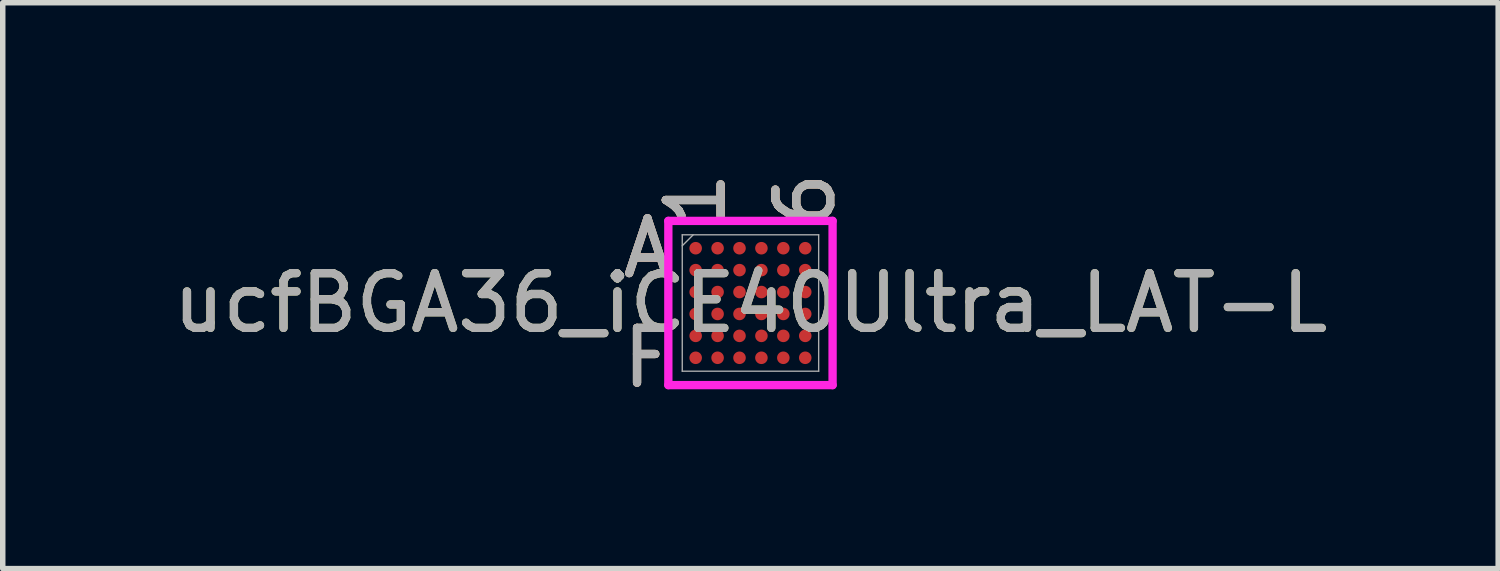
<source format=kicad_pcb>
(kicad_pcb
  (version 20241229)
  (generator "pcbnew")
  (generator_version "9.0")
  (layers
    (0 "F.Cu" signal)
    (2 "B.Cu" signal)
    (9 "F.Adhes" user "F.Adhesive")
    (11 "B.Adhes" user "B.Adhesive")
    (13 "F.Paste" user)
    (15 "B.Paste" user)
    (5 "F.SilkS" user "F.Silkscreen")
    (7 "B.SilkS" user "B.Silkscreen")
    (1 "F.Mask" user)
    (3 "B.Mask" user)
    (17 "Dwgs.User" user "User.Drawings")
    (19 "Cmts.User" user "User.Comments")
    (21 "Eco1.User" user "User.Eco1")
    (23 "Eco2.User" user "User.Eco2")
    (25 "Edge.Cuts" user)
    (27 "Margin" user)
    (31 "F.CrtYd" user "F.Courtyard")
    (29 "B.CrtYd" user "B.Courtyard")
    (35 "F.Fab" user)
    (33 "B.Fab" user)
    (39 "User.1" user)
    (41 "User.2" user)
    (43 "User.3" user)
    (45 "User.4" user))
  (footprint "ucfBGA36_iCE40Ultra_LAT-L"
    (layer "F.Cu")
    (at 10.649 2.481)
    (property "Reference" "ucfBGA36_iCE40Ultra_LAT-L" (at 0 0 0) (unlocked yes) (layer "F.SilkS") (effects (font (size 1 1) (thickness 0.15))))
    (attr smd)
    (fp_poly (pts (xy -1.645 -1.645) (xy 1.645 -1.645) (xy 1.645 1.645) (xy -1.645 1.645)) (stroke (width 0.1) (type solid)) (fill no) (layer "Eco2.User"))
    (fp_line (start -1.499 -1.499) (end 1.499 -1.499) (stroke (width 0.152) (type solid)) (layer "F.CrtYd"))
    (fp_line (start -1.499 1.499) (end -1.499 -1.499) (stroke (width 0.152) (type solid)) (layer "F.CrtYd"))
    (fp_line (start 1.499 -1.499) (end 1.499 1.499) (stroke (width 0.152) (type solid)) (layer "F.CrtYd"))
    (fp_line (start 1.499 1.499) (end -1.499 1.499) (stroke (width 0.152) (type solid)) (layer "F.CrtYd"))
    (fp_line (start -1.245 -1.245) (end -1.245 1.245) (stroke (width 0.025) (type solid)) (layer "F.Fab"))
    (fp_line (start -1.245 1.245) (end 1.245 1.245) (stroke (width 0.025) (type solid)) (layer "F.Fab"))
    (fp_line (start -1.045 -1.245) (end -1.245 -1.045) (stroke (width 0.025) (type solid)) (layer "F.Fab"))
    (fp_line (start 1.245 -1.245) (end -1.245 -1.245) (stroke (width 0.025) (type solid)) (layer "F.Fab"))
    (fp_line (start 1.245 1.245) (end 1.245 -1.245) (stroke (width 0.025) (type solid)) (layer "F.Fab"))
    (fp_text user "6" (at 1 -1.88 90) (unlocked yes) (layer "F.SilkS") (effects (font (size 1 1) (thickness 0.15))))
    (fp_text user "A" (at -1.88 -1 0) (unlocked yes) (layer "F.SilkS") (effects (font (size 1 1) (thickness 0.15))))
    (fp_text user "F" (at -1.88 1 0) (unlocked yes) (layer "F.SilkS") (effects (font (size 1 1) (thickness 0.15))))
    (fp_text user "1" (at -1 -1.88 90) (unlocked yes) (layer "F.SilkS") (effects (font (size 1 1) (thickness 0.15))))
    (fp_text user "A" (at -1.88 -1 0) (unlocked yes) (layer "B.SilkS") (effects (font (size 1 1) (thickness 0.15))))
    (fp_text user "F" (at -1.88 1 0) (unlocked yes) (layer "B.SilkS") (effects (font (size 1 1) (thickness 0.15))))
    (fp_text user "1" (at -1 -1.88 90) (unlocked yes) (layer "B.SilkS") (effects (font (size 1 1) (thickness 0.15))))
    (fp_text user "6" (at 1 -1.88 90) (unlocked yes) (layer "B.SilkS") (effects (font (size 1 1) (thickness 0.15))))
    (fp_text user "${REFERENCE}" (at 0 0 0) (unlocked yes) (layer "F.Fab") (effects (font (size 1 1) (thickness 0.15))))
    (fp_text user "1" (at -1 -1.88 90) (unlocked yes) (layer "F.Fab") (effects (font (size 1 1) (thickness 0.15))))
    (fp_text user "A" (at -1.88 -1 0) (unlocked yes) (layer "F.Fab") (effects (font (size 1 1) (thickness 0.15))))
    (fp_text user "F" (at -1.88 1 0) (unlocked yes) (layer "F.Fab") (effects (font (size 1 1) (thickness 0.15))))
    (fp_text user "6" (at 1 -1.88 90) (unlocked yes) (layer "F.Fab") (effects (font (size 1 1) (thickness 0.15))))
    (pad "A1" smd circle (at -1 -1) (size 0.229 0.229) (layers "F.Cu" "F.Mask" "F.Paste"))
    (pad "A2" smd circle (at -0.6 -1) (size 0.229 0.229) (layers "F.Cu" "F.Mask" "F.Paste"))
    (pad "A3" smd circle (at -0.2 -1) (size 0.229 0.229) (layers "F.Cu" "F.Mask" "F.Paste"))
    (pad "A4" smd circle (at 0.2 -1) (size 0.229 0.229) (layers "F.Cu" "F.Mask" "F.Paste"))
    (pad "A5" smd circle (at 0.6 -1) (size 0.229 0.229) (layers "F.Cu" "F.Mask" "F.Paste"))
    (pad "A6" smd circle (at 1 -1) (size 0.229 0.229) (layers "F.Cu" "F.Mask" "F.Paste"))
    (pad "B1" smd circle (at -1 -0.6) (size 0.229 0.229) (layers "F.Cu" "F.Mask" "F.Paste"))
    (pad "B2" smd circle (at -0.6 -0.6) (size 0.229 0.229) (layers "F.Cu" "F.Mask" "F.Paste"))
    (pad "B3" smd circle (at -0.2 -0.6) (size 0.229 0.229) (layers "F.Cu" "F.Mask" "F.Paste"))
    (pad "B4" smd circle (at 0.2 -0.6) (size 0.229 0.229) (layers "F.Cu" "F.Mask" "F.Paste"))
    (pad "B5" smd circle (at 0.6 -0.6) (size 0.229 0.229) (layers "F.Cu" "F.Mask" "F.Paste"))
    (pad "B6" smd circle (at 1 -0.6) (size 0.229 0.229) (layers "F.Cu" "F.Mask" "F.Paste"))
    (pad "C1" smd circle (at -1 -0.2) (size 0.229 0.229) (layers "F.Cu" "F.Mask" "F.Paste"))
    (pad "C2" smd circle (at -0.6 -0.2) (size 0.229 0.229) (layers "F.Cu" "F.Mask" "F.Paste"))
    (pad "C3" smd circle (at -0.2 -0.2) (size 0.229 0.229) (layers "F.Cu" "F.Mask" "F.Paste"))
    (pad "C4" smd circle (at 0.2 -0.2) (size 0.229 0.229) (layers "F.Cu" "F.Mask" "F.Paste"))
    (pad "C5" smd circle (at 0.6 -0.2) (size 0.229 0.229) (layers "F.Cu" "F.Mask" "F.Paste"))
    (pad "C6" smd circle (at 1 -0.2) (size 0.229 0.229) (layers "F.Cu" "F.Mask" "F.Paste"))
    (pad "D1" smd circle (at -1 0.2) (size 0.229 0.229) (layers "F.Cu" "F.Mask" "F.Paste"))
    (pad "D2" smd circle (at -0.6 0.2) (size 0.229 0.229) (layers "F.Cu" "F.Mask" "F.Paste"))
    (pad "D3" smd circle (at -0.2 0.2) (size 0.229 0.229) (layers "F.Cu" "F.Mask" "F.Paste"))
    (pad "D4" smd circle (at 0.2 0.2) (size 0.229 0.229) (layers "F.Cu" "F.Mask" "F.Paste"))
    (pad "D5" smd circle (at 0.6 0.2) (size 0.229 0.229) (layers "F.Cu" "F.Mask" "F.Paste"))
    (pad "D6" smd circle (at 1 0.2) (size 0.229 0.229) (layers "F.Cu" "F.Mask" "F.Paste"))
    (pad "E1" smd circle (at -1 0.6) (size 0.229 0.229) (layers "F.Cu" "F.Mask" "F.Paste"))
    (pad "E2" smd circle (at -0.6 0.6) (size 0.229 0.229) (layers "F.Cu" "F.Mask" "F.Paste"))
    (pad "E3" smd circle (at -0.2 0.6) (size 0.229 0.229) (layers "F.Cu" "F.Mask" "F.Paste"))
    (pad "E4" smd circle (at 0.2 0.6) (size 0.229 0.229) (layers "F.Cu" "F.Mask" "F.Paste"))
    (pad "E5" smd circle (at 0.6 0.6) (size 0.229 0.229) (layers "F.Cu" "F.Mask" "F.Paste"))
    (pad "E6" smd circle (at 1 0.6) (size 0.229 0.229) (layers "F.Cu" "F.Mask" "F.Paste"))
    (pad "F1" smd circle (at -1 1) (size 0.229 0.229) (layers "F.Cu" "F.Mask" "F.Paste"))
    (pad "F2" smd circle (at -0.6 1) (size 0.229 0.229) (layers "F.Cu" "F.Mask" "F.Paste"))
    (pad "F3" smd circle (at -0.2 1) (size 0.229 0.229) (layers "F.Cu" "F.Mask" "F.Paste"))
    (pad "F4" smd circle (at 0.2 1) (size 0.229 0.229) (layers "F.Cu" "F.Mask" "F.Paste"))
    (pad "F5" smd circle (at 0.6 1) (size 0.229 0.229) (layers "F.Cu" "F.Mask" "F.Paste"))
    (pad "F6" smd circle (at 1 1) (size 0.229 0.229) (layers "F.Cu" "F.Mask" "F.Paste")))
  (gr_rect
    (start -3 -3)
    (end 24.298 7.329)
    (stroke (width 0.1) (type default))
    (fill no)
    (layer "Edge.Cuts")))
</source>
